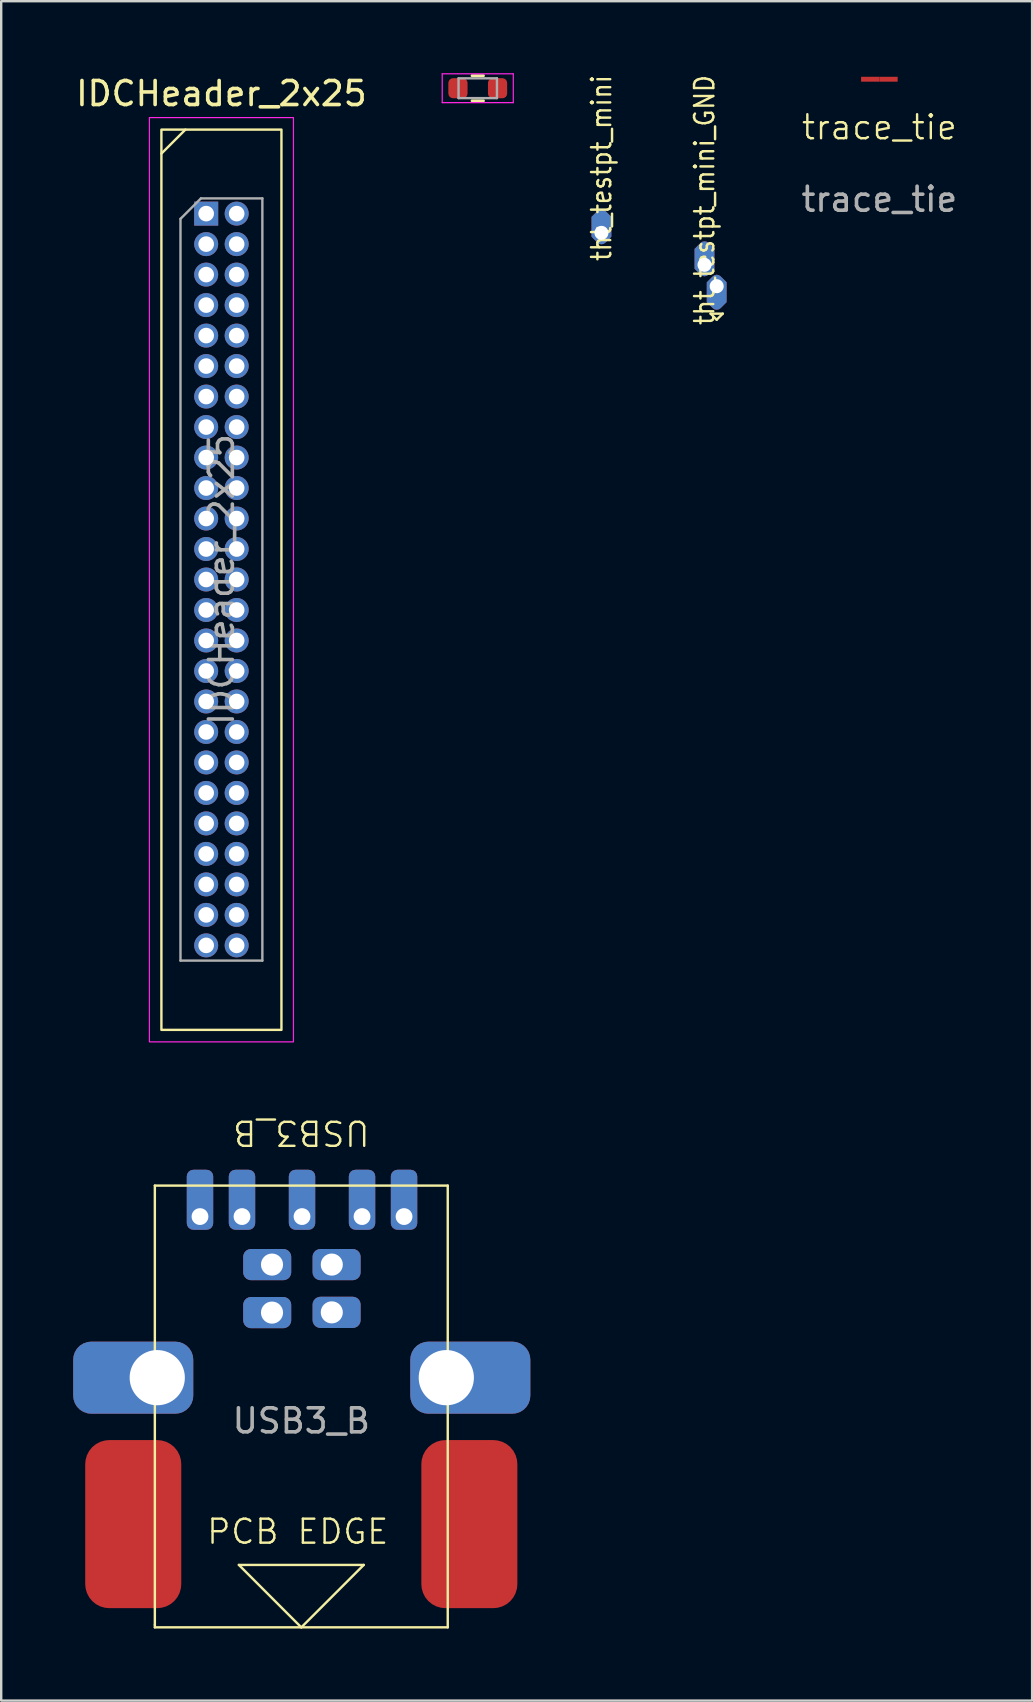
<source format=kicad_pcb>
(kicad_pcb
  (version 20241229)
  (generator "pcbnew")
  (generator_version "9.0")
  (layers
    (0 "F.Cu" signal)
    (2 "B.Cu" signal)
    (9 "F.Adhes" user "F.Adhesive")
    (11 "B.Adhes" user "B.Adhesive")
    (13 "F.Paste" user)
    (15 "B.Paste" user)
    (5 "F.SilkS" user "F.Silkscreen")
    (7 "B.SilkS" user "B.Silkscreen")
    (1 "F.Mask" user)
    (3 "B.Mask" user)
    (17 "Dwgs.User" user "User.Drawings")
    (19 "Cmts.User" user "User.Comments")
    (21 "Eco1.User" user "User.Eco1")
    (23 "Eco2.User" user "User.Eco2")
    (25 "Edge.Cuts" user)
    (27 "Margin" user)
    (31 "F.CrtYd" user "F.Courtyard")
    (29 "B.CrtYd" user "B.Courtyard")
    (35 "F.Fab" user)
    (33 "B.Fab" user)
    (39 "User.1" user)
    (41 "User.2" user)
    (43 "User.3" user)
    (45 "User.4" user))
  (footprint "IDCHeader_2x25"
    (layer "F.Cu")
    (at 6.173 5.848)
    (property "Reference" "IDCHeader_2x25" (at 0 -5 0) (layer "F.SilkS") (effects (font (size 1 1) (thickness 0.15))))
    (attr through_hole)
    (fp_line (start -1.5 -3.5) (end -2.5 -2.5) (stroke (width 0.1) (type default)) (layer "F.SilkS"))
    (fp_rect (start -2.5 -3.5) (end 2.5 34) (stroke (width 0.1) (type default)) (fill no) (layer "F.SilkS"))
    (fp_rect (start -3 -4) (end 3 34.5) (stroke (width 0.05) (type default)) (fill no) (layer "F.CrtYd"))
    (fp_line (start -1.705 0.217) (end -0.853 -0.635) (stroke (width 0.1) (type solid)) (layer "F.Fab"))
    (fp_line (start -1.705 31.115) (end -1.705 0.217) (stroke (width 0.1) (type solid)) (layer "F.Fab"))
    (fp_line (start -0.853 -0.635) (end 1.705 -0.635) (stroke (width 0.1) (type solid)) (layer "F.Fab"))
    (fp_line (start 1.705 -0.635) (end 1.705 31.115) (stroke (width 0.1) (type solid)) (layer "F.Fab"))
    (fp_line (start 1.705 31.115) (end -1.705 31.115) (stroke (width 0.1) (type solid)) (layer "F.Fab"))
    (fp_text user "${REFERENCE}" (at 0 15.24 90) (layer "F.Fab") (effects (font (size 1 1) (thickness 0.15))))
    (pad "1" thru_hole rect (at -0.635 0) (size 1 1) (drill 0.65) (layers "*.Cu" "*.Mask"))
    (pad "2" thru_hole oval (at 0.635 0) (size 1 1) (drill 0.65) (layers "*.Cu" "*.Mask"))
    (pad "3" thru_hole oval (at -0.635 1.27) (size 1 1) (drill 0.65) (layers "*.Cu" "*.Mask"))
    (pad "4" thru_hole oval (at 0.635 1.27) (size 1 1) (drill 0.65) (layers "*.Cu" "*.Mask"))
    (pad "5" thru_hole oval (at -0.635 2.54) (size 1 1) (drill 0.65) (layers "*.Cu" "*.Mask"))
    (pad "6" thru_hole oval (at 0.635 2.54) (size 1 1) (drill 0.65) (layers "*.Cu" "*.Mask"))
    (pad "7" thru_hole oval (at -0.635 3.81) (size 1 1) (drill 0.65) (layers "*.Cu" "*.Mask"))
    (pad "8" thru_hole oval (at 0.635 3.81) (size 1 1) (drill 0.65) (layers "*.Cu" "*.Mask"))
    (pad "9" thru_hole oval (at -0.635 5.08) (size 1 1) (drill 0.65) (layers "*.Cu" "*.Mask"))
    (pad "10" thru_hole oval (at 0.635 5.08) (size 1 1) (drill 0.65) (layers "*.Cu" "*.Mask"))
    (pad "11" thru_hole oval (at -0.635 6.35) (size 1 1) (drill 0.65) (layers "*.Cu" "*.Mask"))
    (pad "12" thru_hole oval (at 0.635 6.35) (size 1 1) (drill 0.65) (layers "*.Cu" "*.Mask"))
    (pad "13" thru_hole oval (at -0.635 7.62) (size 1 1) (drill 0.65) (layers "*.Cu" "*.Mask"))
    (pad "14" thru_hole oval (at 0.635 7.62) (size 1 1) (drill 0.65) (layers "*.Cu" "*.Mask"))
    (pad "15" thru_hole oval (at -0.635 8.89) (size 1 1) (drill 0.65) (layers "*.Cu" "*.Mask"))
    (pad "16" thru_hole oval (at 0.635 8.89) (size 1 1) (drill 0.65) (layers "*.Cu" "*.Mask"))
    (pad "17" thru_hole oval (at -0.635 10.16) (size 1 1) (drill 0.65) (layers "*.Cu" "*.Mask"))
    (pad "18" thru_hole oval (at 0.635 10.16) (size 1 1) (drill 0.65) (layers "*.Cu" "*.Mask"))
    (pad "19" thru_hole oval (at -0.635 11.43) (size 1 1) (drill 0.65) (layers "*.Cu" "*.Mask"))
    (pad "20" thru_hole oval (at 0.635 11.43) (size 1 1) (drill 0.65) (layers "*.Cu" "*.Mask"))
    (pad "21" thru_hole oval (at -0.635 12.7) (size 1 1) (drill 0.65) (layers "*.Cu" "*.Mask"))
    (pad "22" thru_hole oval (at 0.635 12.7) (size 1 1) (drill 0.65) (layers "*.Cu" "*.Mask"))
    (pad "23" thru_hole oval (at -0.635 13.97) (size 1 1) (drill 0.65) (layers "*.Cu" "*.Mask"))
    (pad "24" thru_hole oval (at 0.635 13.97) (size 1 1) (drill 0.65) (layers "*.Cu" "*.Mask"))
    (pad "25" thru_hole oval (at -0.635 15.24) (size 1 1) (drill 0.65) (layers "*.Cu" "*.Mask"))
    (pad "26" thru_hole oval (at 0.635 15.24) (size 1 1) (drill 0.65) (layers "*.Cu" "*.Mask"))
    (pad "27" thru_hole oval (at -0.635 16.51) (size 1 1) (drill 0.65) (layers "*.Cu" "*.Mask"))
    (pad "28" thru_hole oval (at 0.635 16.51) (size 1 1) (drill 0.65) (layers "*.Cu" "*.Mask"))
    (pad "29" thru_hole oval (at -0.635 17.78) (size 1 1) (drill 0.65) (layers "*.Cu" "*.Mask"))
    (pad "30" thru_hole oval (at 0.635 17.78) (size 1 1) (drill 0.65) (layers "*.Cu" "*.Mask"))
    (pad "31" thru_hole oval (at -0.635 19.05) (size 1 1) (drill 0.65) (layers "*.Cu" "*.Mask"))
    (pad "32" thru_hole oval (at 0.635 19.05) (size 1 1) (drill 0.65) (layers "*.Cu" "*.Mask"))
    (pad "33" thru_hole oval (at -0.635 20.32) (size 1 1) (drill 0.65) (layers "*.Cu" "*.Mask"))
    (pad "34" thru_hole oval (at 0.635 20.32) (size 1 1) (drill 0.65) (layers "*.Cu" "*.Mask"))
    (pad "35" thru_hole oval (at -0.635 21.59) (size 1 1) (drill 0.65) (layers "*.Cu" "*.Mask"))
    (pad "36" thru_hole oval (at 0.635 21.59) (size 1 1) (drill 0.65) (layers "*.Cu" "*.Mask"))
    (pad "37" thru_hole oval (at -0.635 22.86) (size 1 1) (drill 0.65) (layers "*.Cu" "*.Mask"))
    (pad "38" thru_hole oval (at 0.635 22.86) (size 1 1) (drill 0.65) (layers "*.Cu" "*.Mask"))
    (pad "39" thru_hole oval (at -0.635 24.13) (size 1 1) (drill 0.65) (layers "*.Cu" "*.Mask"))
    (pad "40" thru_hole oval (at 0.635 24.13) (size 1 1) (drill 0.65) (layers "*.Cu" "*.Mask"))
    (pad "41" thru_hole oval (at -0.635 25.4) (size 1 1) (drill 0.65) (layers "*.Cu" "*.Mask"))
    (pad "42" thru_hole oval (at 0.635 25.4) (size 1 1) (drill 0.65) (layers "*.Cu" "*.Mask"))
    (pad "43" thru_hole oval (at -0.635 26.67) (size 1 1) (drill 0.65) (layers "*.Cu" "*.Mask"))
    (pad "44" thru_hole oval (at 0.635 26.67) (size 1 1) (drill 0.65) (layers "*.Cu" "*.Mask"))
    (pad "45" thru_hole oval (at -0.635 27.94) (size 1 1) (drill 0.65) (layers "*.Cu" "*.Mask"))
    (pad "46" thru_hole oval (at 0.635 27.94) (size 1 1) (drill 0.65) (layers "*.Cu" "*.Mask"))
    (pad "47" thru_hole oval (at -0.635 29.21) (size 1 1) (drill 0.65) (layers "*.Cu" "*.Mask"))
    (pad "48" thru_hole oval (at 0.635 29.21) (size 1 1) (drill 0.65) (layers "*.Cu" "*.Mask"))
    (pad "49" thru_hole oval (at -0.635 30.48) (size 1 1) (drill 0.65) (layers "*.Cu" "*.Mask"))
    (pad "50" thru_hole oval (at 0.635 30.48) (size 1 1) (drill 0.65) (layers "*.Cu" "*.Mask")))
  (footprint "USB3_B"
    (layer "F.Cu")
    (at 9.5 57.134)
    (property "Reference" "USB3_B" (at 0 -13 180) (unlocked yes) (layer "F.SilkS") (effects (font (size 1 1) (thickness 0.1))))
    (attr through_hole)
    (fp_line (start -6.1 -10.8) (end 6.1 -10.8) (stroke (width 0.1) (type default)) (layer "F.SilkS"))
    (fp_line (start -6.1 -2.8) (end -6.1 -10.8) (stroke (width 0.1) (type default)) (layer "F.SilkS"))
    (fp_line (start -6.1 -2.8) (end -6.1 7.5) (stroke (width 0.1) (type default)) (layer "F.SilkS"))
    (fp_line (start -6.1 7.6) (end -6.1 7.5) (stroke (width 0.1) (type default)) (layer "F.SilkS"))
    (fp_line (start -2.6 5) (end 2.6 5) (stroke (width 0.1) (type default)) (layer "F.SilkS"))
    (fp_line (start 0 7.6) (end -2.6 5) (stroke (width 0.1) (type default)) (layer "F.SilkS"))
    (fp_line (start 0 7.6) (end 2.6 5) (stroke (width 0.1) (type default)) (layer "F.SilkS"))
    (fp_line (start 6.1 -10.8) (end 6.1 7.6) (stroke (width 0.1) (type default)) (layer "F.SilkS"))
    (fp_line (start 6.1 7.6) (end -6.1 7.6) (stroke (width 0.1) (type default)) (layer "F.SilkS"))
    (fp_text user "PCB EDGE" (at -4 4.2 0) (unlocked yes) (layer "F.SilkS") (effects (font (size 1 1) (thickness 0.1)) (justify left bottom)))
    (fp_text user "${REFERENCE}" (at 0 -1 0) (unlocked yes) (layer "F.Fab") (effects (font (size 1 1) (thickness 0.15))))
    (pad "1" thru_hole roundrect (at 1.27 -7.51 90) (size 1.3 2) (drill 0.92 (offset 0 0.2)) (layers "*.Cu" "*.Mask") (roundrect_rratio 0.25))
    (pad "2" thru_hole roundrect (at -1.22 -7.51 270) (size 1.3 2) (drill 0.92 (offset 0 0.2)) (layers "*.Cu" "*.Mask") (roundrect_rratio 0.25))
    (pad "3" thru_hole roundrect (at -1.22 -5.51 270) (size 1.3 2) (drill 0.92 (offset 0 0.2)) (layers "*.Cu" "*.Mask") (roundrect_rratio 0.25))
    (pad "4" thru_hole roundrect (at 1.27 -5.52 90) (size 1.3 2) (drill 0.92 (offset 0 0.2)) (layers "*.Cu" "*.Mask") (roundrect_rratio 0.25))
    (pad "5" thru_hole roundrect (at -4.22 -9.51 180) (size 1.1 2.5) (drill 0.7 (offset 0 0.7)) (layers "*.Cu" "*.Mask") (roundrect_rratio 0.25))
    (pad "6" thru_hole roundrect (at -2.47 -9.51 180) (size 1.1 2.5) (drill 0.7 (offset 0 0.7)) (layers "*.Cu" "*.Mask") (roundrect_rratio 0.25))
    (pad "7" thru_hole roundrect (at 0.03 -9.51 180) (size 1.1 2.5) (drill 0.7 (offset 0 0.7)) (layers "*.Cu" "*.Mask") (roundrect_rratio 0.25))
    (pad "8" thru_hole roundrect (at 2.53 -9.51 180) (size 1.1 2.5) (drill 0.7 (offset 0 0.7)) (layers "*.Cu" "*.Mask") (roundrect_rratio 0.25))
    (pad "9" thru_hole roundrect (at 4.28 -9.51 180) (size 1.1 2.5) (drill 0.7 (offset 0 0.7)) (layers "*.Cu" "*.Mask") (roundrect_rratio 0.25))
    (pad "10" smd roundrect (at -7 4 180) (size 4 7) (drill (offset 0 0.7)) (layers "F.Cu" "F.Mask") (roundrect_rratio 0.25))
    (pad "10" thru_hole roundrect (at -6 -2.8 270) (size 3 5) (drill 2.3 (offset 0 1)) (layers "*.Cu" "*.Mask") (roundrect_rratio 0.25))
    (pad "10" thru_hole roundrect (at 6.04 -2.8 90) (size 3 5) (drill 2.3 (offset 0 1)) (layers "*.Cu" "*.Mask") (roundrect_rratio 0.25))
    (pad "10" smd roundrect (at 7 4 180) (size 4 7) (drill (offset 0 0.7)) (layers "F.Cu" "F.Mask") (roundrect_rratio 0.25)))
  (footprint "trace_tie"
    (layer "F.Cu")
    (at 33.578 0.25)
    (property "Reference" "trace_tie" (at 0 2 0) (unlocked yes) (layer "F.SilkS") (effects (font (size 1 1) (thickness 0.1))))
    (attr through_hole)
    (fp_text user "${REFERENCE}" (at 0 5 0) (unlocked yes) (layer "F.Fab") (effects (font (size 1 1) (thickness 0.15))))
    (pad "1" smd rect (at 0 0 180) (size 0.762 0.203) (drill (offset 0.381 0)) (layers "F.Cu" "F.Mask"))
    (pad "2" smd rect (at 0 0) (size 0.762 0.203) (drill (offset 0.381 0)) (layers "F.Cu" "F.Mask")))
  (footprint "tht_testpt_mini"
    (layer "F.Cu")
    (at 22.002 6.649)
    (property "Reference" "tht_testpt_mini" (at 0 -2.7 90) (unlocked yes) (layer "F.SilkS") (effects (font (size 0.8 0.7) (thickness 0.102))))
    (attr through_hole)
    (pad "1" thru_hole roundrect (at 0 0 45) (size 1.168 1.168) (drill 0.584 (offset 0.178 -0.178)) (layers "*.Cu" "*.Mask") (roundrect_rratio 0.2) (chamfer_ratio 0.5) (chamfer top_left bottom_right)))
  (footprint "R_0603_tight"
    (layer "F.Cu")
    (at 16.85 0.625)
    (property "Reference" "R_0603_tight" (at 0.9 -0.4 0) (layer "User.7") (effects (font (size 0.3 0.3) (thickness 0.075) (bold yes))))
    (attr smd)
    (fp_line (start -0.237 -0.522) (end 0.237 -0.522) (stroke (width 0.12) (type solid)) (layer "F.SilkS"))
    (fp_line (start -0.237 0.522) (end 0.237 0.522) (stroke (width 0.12) (type solid)) (layer "F.SilkS"))
    (fp_line (start -1.48 -0.6) (end -1.48 0.6) (stroke (width 0.05) (type default)) (layer "F.CrtYd"))
    (fp_line (start -1.48 -0.6) (end 1.48 -0.6) (stroke (width 0.05) (type solid)) (layer "F.CrtYd"))
    (fp_line (start 1.48 -0.6) (end 1.48 0.6) (stroke (width 0.05) (type default)) (layer "F.CrtYd"))
    (fp_line (start 1.48 0.6) (end -1.48 0.6) (stroke (width 0.05) (type solid)) (layer "F.CrtYd"))
    (fp_line (start -0.8 -0.412) (end 0.8 -0.412) (stroke (width 0.1) (type solid)) (layer "F.Fab"))
    (fp_line (start -0.8 0.412) (end -0.8 -0.412) (stroke (width 0.1) (type solid)) (layer "F.Fab"))
    (fp_line (start 0.8 -0.412) (end 0.8 0.412) (stroke (width 0.1) (type solid)) (layer "F.Fab"))
    (fp_line (start 0.8 0.412) (end -0.8 0.412) (stroke (width 0.1) (type solid)) (layer "F.Fab"))
    (pad "1" smd roundrect (at -0.825 0) (size 0.8 0.838) (layers "F.Cu" "F.Mask" "F.Paste") (roundrect_rratio 0.25))
    (pad "2" smd roundrect (at 0.825 0) (size 0.8 0.838) (layers "F.Cu" "F.Mask" "F.Paste") (roundrect_rratio 0.25)))
  (footprint "tht_testpt_mini_GND"
    (layer "F.Cu")
    (at 26.294 7.982)
    (property "Reference" "tht_testpt_mini_GND" (at 0 -2.7 90) (unlocked yes) (layer "F.SilkS") (effects (font (size 0.8 0.7) (thickness 0.102))))
    (attr through_hole)
    (fp_line (start 0.254 2.032) (end 0.508 2.286) (stroke (width 0.1) (type default)) (layer "F.SilkS"))
    (fp_line (start 0.508 2.286) (end 0.762 2.032) (stroke (width 0.1) (type default)) (layer "F.SilkS"))
    (fp_line (start 0.762 2.032) (end 0.254 2.032) (stroke (width 0.1) (type default)) (layer "F.SilkS"))
    (pad "1" thru_hole roundrect (at 0 0 45) (size 1.168 1.168) (drill 0.584 (offset 0.178 -0.178)) (layers "*.Cu" "*.Mask") (roundrect_rratio 0.2) (chamfer_ratio 0.5) (chamfer top_left bottom_right))
    (pad "2" thru_hole roundrect (at 0.508 0.889 225) (size 1.168 1.168) (drill 0.584 (offset 0.178 -0.178)) (layers "*.Cu" "*.Mask") (roundrect_rratio 0.2) (chamfer_ratio 0.5) (chamfer top_left bottom_right)))
  (gr_rect
    (start -3 -3)
    (end 39.941 67.784)
    (stroke (width 0.1) (type default))
    (fill no)
    (layer "Edge.Cuts")))
</source>
